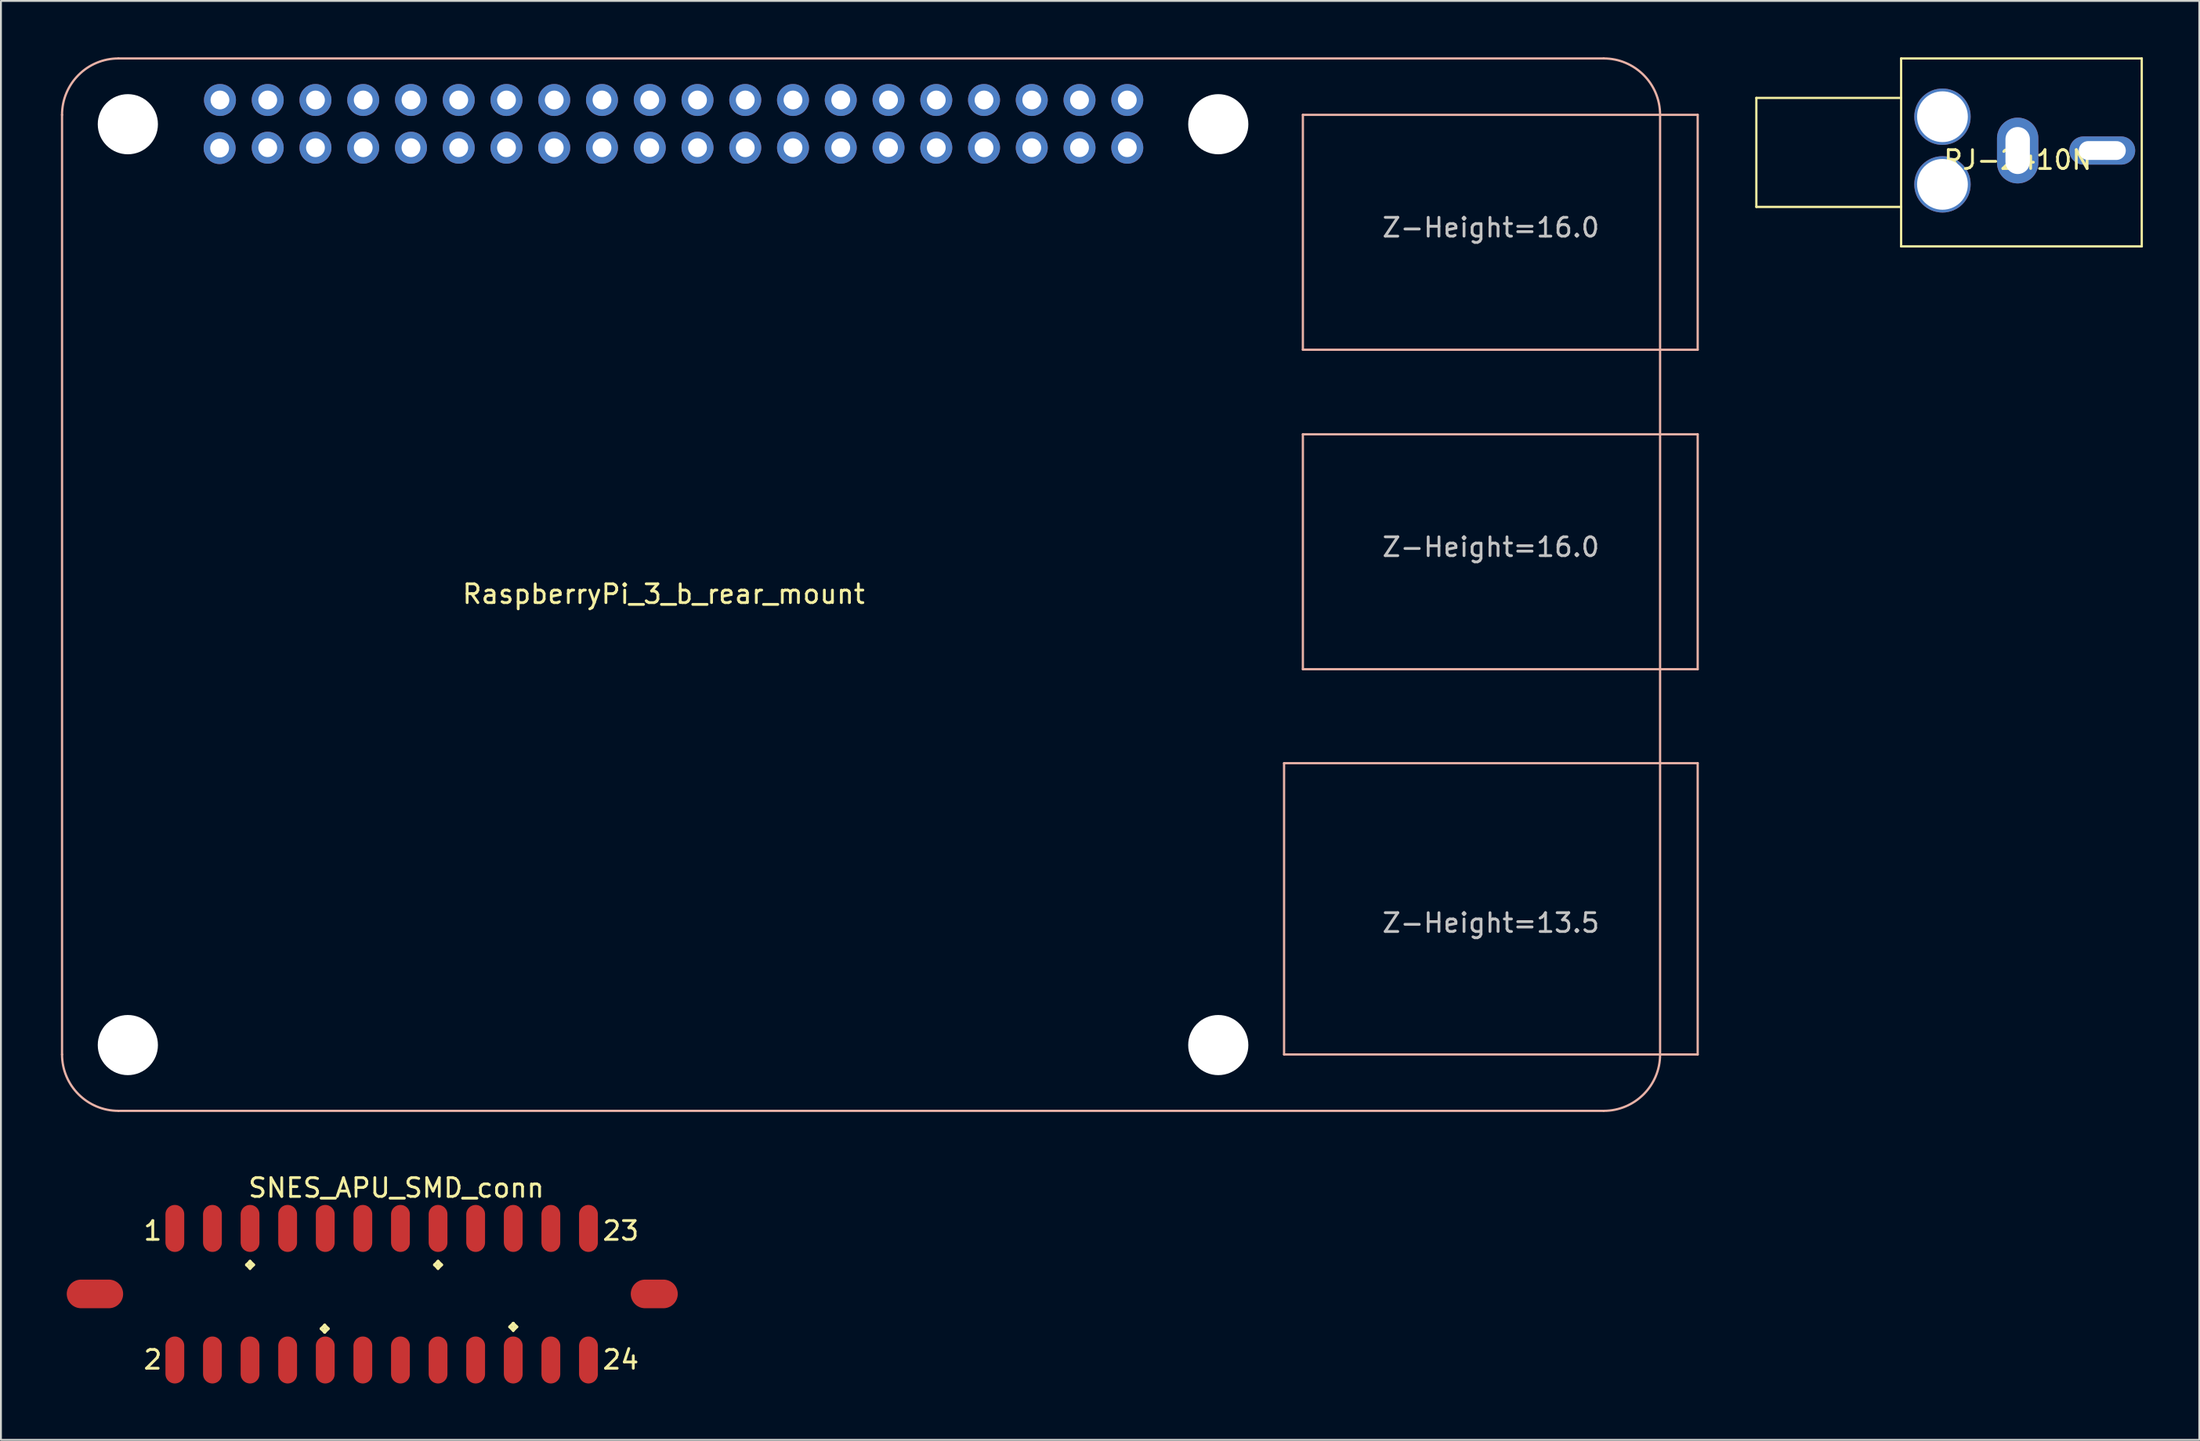
<source format=kicad_pcb>
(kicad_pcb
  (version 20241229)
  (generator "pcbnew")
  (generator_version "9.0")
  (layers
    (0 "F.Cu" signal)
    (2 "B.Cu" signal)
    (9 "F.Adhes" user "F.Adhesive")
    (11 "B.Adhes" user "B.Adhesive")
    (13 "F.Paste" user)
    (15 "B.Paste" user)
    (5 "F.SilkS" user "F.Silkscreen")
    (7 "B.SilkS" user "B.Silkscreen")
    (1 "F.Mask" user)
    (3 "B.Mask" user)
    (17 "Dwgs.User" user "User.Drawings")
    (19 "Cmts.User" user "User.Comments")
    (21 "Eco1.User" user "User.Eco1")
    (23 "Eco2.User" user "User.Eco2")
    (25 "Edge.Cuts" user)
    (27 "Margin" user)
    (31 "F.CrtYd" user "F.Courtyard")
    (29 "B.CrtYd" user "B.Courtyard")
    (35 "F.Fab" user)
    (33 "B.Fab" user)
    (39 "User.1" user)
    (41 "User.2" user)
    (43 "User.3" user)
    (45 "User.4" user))
  (footprint "RJ-2410N"
    (layer "F.Cu")
    (at 100.27 4.96)
    (property "Reference" "RJ-2410N" (at 4 0.5 0) (layer "F.SilkS") (effects (font (size 1 1) (thickness 0.15))))
    (attr through_hole)
    (fp_line (start -9.9 3) (end -9.9 -2.8) (stroke (width 0.12) (type solid)) (layer "F.SilkS"))
    (fp_line (start -2.2 -4.9) (end -2.2 5.1) (stroke (width 0.12) (type solid)) (layer "F.SilkS"))
    (fp_line (start -2.2 -4.9) (end 10.6 -4.9) (stroke (width 0.12) (type solid)) (layer "F.SilkS"))
    (fp_line (start -2.2 -2.8) (end -9.9 -2.8) (stroke (width 0.12) (type solid)) (layer "F.SilkS"))
    (fp_line (start -2.2 3) (end -9.9 3) (stroke (width 0.12) (type solid)) (layer "F.SilkS"))
    (fp_line (start 10.6 -4.9) (end 10.6 5.1) (stroke (width 0.12) (type solid)) (layer "F.SilkS"))
    (fp_line (start 10.6 5.1) (end -2.2 5.1) (stroke (width 0.12) (type solid)) (layer "F.SilkS"))
    (pad "" thru_hole circle (at 0 -1.8) (size 3 3) (drill 2.7) (layers "*.Cu" "*.Mask"))
    (pad "" thru_hole circle (at 0 1.8) (size 3 3) (drill 2.7) (layers "*.Cu" "*.Mask"))
    (pad "1" thru_hole oval (at 4 0) (size 2.2 3.5) (drill oval 1.3 2.5) (layers "*.Cu" "*.Mask"))
    (pad "2" thru_hole oval (at 8.5 0) (size 3.5 1.5) (drill oval 2.5 1) (layers "*.Cu" "*.Mask")))
  (footprint "RaspberryPi_3_b_rear_mount"
    (layer "F.Cu")
    (at 0.25 56.06)
    (property "Reference" "RaspberryPi_3_b_rear_mount" (at 32 -27.5 0) (layer "F.SilkS") (effects (font (size 1 1) (thickness 0.15))))
    (attr through_hole)
    (fp_line (start 0 -53) (end 0 -3) (stroke (width 0.12) (type solid)) (layer "B.SilkS"))
    (fp_line (start 3 -56) (end 82 -56) (stroke (width 0.12) (type solid)) (layer "B.SilkS"))
    (fp_line (start 65 -18.5) (end 65 -3) (stroke (width 0.12) (type solid)) (layer "B.SilkS"))
    (fp_line (start 65 -3) (end 87 -3) (stroke (width 0.12) (type solid)) (layer "B.SilkS"))
    (fp_line (start 66 -53) (end 87 -53) (stroke (width 0.12) (type solid)) (layer "B.SilkS"))
    (fp_line (start 66 -40.5) (end 66 -53) (stroke (width 0.12) (type solid)) (layer "B.SilkS"))
    (fp_line (start 66 -36) (end 87 -36) (stroke (width 0.12) (type solid)) (layer "B.SilkS"))
    (fp_line (start 66 -23.5) (end 66 -36) (stroke (width 0.12) (type solid)) (layer "B.SilkS"))
    (fp_line (start 82 0) (end 3 0) (stroke (width 0.12) (type solid)) (layer "B.SilkS"))
    (fp_line (start 85 -53) (end 85 -3) (stroke (width 0.12) (type solid)) (layer "B.SilkS"))
    (fp_line (start 87 -53) (end 87 -40.5) (stroke (width 0.12) (type solid)) (layer "B.SilkS"))
    (fp_line (start 87 -40.5) (end 66 -40.5) (stroke (width 0.12) (type solid)) (layer "B.SilkS"))
    (fp_line (start 87 -36) (end 87 -23.5) (stroke (width 0.12) (type solid)) (layer "B.SilkS"))
    (fp_line (start 87 -23.5) (end 66 -23.5) (stroke (width 0.12) (type solid)) (layer "B.SilkS"))
    (fp_line (start 87 -18.5) (end 65 -18.5) (stroke (width 0.12) (type solid)) (layer "B.SilkS"))
    (fp_line (start 87 -3) (end 87 -18.5) (stroke (width 0.12) (type solid)) (layer "B.SilkS"))
    (fp_arc (start 0 -53) (mid 0.87868 -55.12132) (end 3 -56) (stroke (width 0.12) (type solid)) (layer "B.SilkS"))
    (fp_arc (start 3 0) (mid 0.87868 -0.87868) (end 0 -3) (stroke (width 0.12) (type solid)) (layer "B.SilkS"))
    (fp_arc (start 82 -56) (mid 84.12132 -55.12132) (end 85 -53) (stroke (width 0.12) (type solid)) (layer "B.SilkS"))
    (fp_arc (start 85 -3) (mid 84.12132 -0.87868) (end 82 0) (stroke (width 0.12) (type solid)) (layer "B.SilkS"))
    (fp_text user "Z-Height=16.0" (at 76 -47 0) (layer "Dwgs.User") (effects (font (size 1 1) (thickness 0.15))))
    (fp_text user "Z-Height=16.0" (at 76 -30 0) (layer "Dwgs.User") (effects (font (size 1 1) (thickness 0.15))))
    (fp_text user "Z-Height=13.5" (at 76 -10 0) (layer "Dwgs.User") (effects (font (size 1 1) (thickness 0.15))))
    (pad "" np_thru_hole circle (at 3.5 -52.5) (size 3.2 3.2) (drill 3.2) (layers "*.Cu" "*.Mask"))
    (pad "" np_thru_hole circle (at 3.5 -3.5) (size 3.2 3.2) (drill 3.2) (layers "*.Cu" "*.Mask"))
    (pad "" np_thru_hole circle (at 61.5 -52.5) (size 3.2 3.2) (drill 3.2) (layers "*.Cu" "*.Mask"))
    (pad "" np_thru_hole circle (at 61.5 -3.5) (size 3.2 3.2) (drill 3.2) (layers "*.Cu" "*.Mask"))
    (pad "1" thru_hole circle (at 8.382 -51.23) (size 1.7 1.7) (drill 1) (layers "*.Cu" "*.Mask"))
    (pad "2" thru_hole circle (at 8.4 -53.79) (size 1.7 1.7) (drill 1) (layers "*.Cu" "*.Mask"))
    (pad "3" thru_hole circle (at 10.94 -51.25) (size 1.7 1.7) (drill 1) (layers "*.Cu" "*.Mask"))
    (pad "4" thru_hole circle (at 10.94 -53.79) (size 1.7 1.7) (drill 1) (layers "*.Cu" "*.Mask"))
    (pad "5" thru_hole circle (at 13.48 -51.25) (size 1.7 1.7) (drill 1) (layers "*.Cu" "*.Mask"))
    (pad "6" thru_hole circle (at 13.48 -53.79) (size 1.7 1.7) (drill 1) (layers "*.Cu" "*.Mask"))
    (pad "7" thru_hole circle (at 16.02 -51.25) (size 1.7 1.7) (drill 1) (layers "*.Cu" "*.Mask"))
    (pad "8" thru_hole circle (at 16.02 -53.79) (size 1.7 1.7) (drill 1) (layers "*.Cu" "*.Mask"))
    (pad "9" thru_hole circle (at 18.56 -51.25) (size 1.7 1.7) (drill 1) (layers "*.Cu" "*.Mask"))
    (pad "10" thru_hole circle (at 18.56 -53.79) (size 1.7 1.7) (drill 1) (layers "*.Cu" "*.Mask"))
    (pad "11" thru_hole circle (at 21.1 -51.25) (size 1.7 1.7) (drill 1) (layers "*.Cu" "*.Mask"))
    (pad "12" thru_hole circle (at 21.1 -53.79) (size 1.7 1.7) (drill 1) (layers "*.Cu" "*.Mask"))
    (pad "13" thru_hole circle (at 23.64 -51.25) (size 1.7 1.7) (drill 1) (layers "*.Cu" "*.Mask"))
    (pad "14" thru_hole circle (at 23.64 -53.79) (size 1.7 1.7) (drill 1) (layers "*.Cu" "*.Mask"))
    (pad "15" thru_hole circle (at 26.18 -51.25) (size 1.7 1.7) (drill 1) (layers "*.Cu" "*.Mask"))
    (pad "16" thru_hole circle (at 26.18 -53.79) (size 1.7 1.7) (drill 1) (layers "*.Cu" "*.Mask"))
    (pad "17" thru_hole circle (at 28.72 -51.25) (size 1.7 1.7) (drill 1) (layers "*.Cu" "*.Mask"))
    (pad "18" thru_hole circle (at 28.72 -53.79) (size 1.7 1.7) (drill 1) (layers "*.Cu" "*.Mask"))
    (pad "19" thru_hole circle (at 31.26 -51.25) (size 1.7 1.7) (drill 1) (layers "*.Cu" "*.Mask"))
    (pad "20" thru_hole circle (at 31.26 -53.79) (size 1.7 1.7) (drill 1) (layers "*.Cu" "*.Mask"))
    (pad "21" thru_hole circle (at 33.8 -51.25) (size 1.7 1.7) (drill 1) (layers "*.Cu" "*.Mask"))
    (pad "22" thru_hole circle (at 33.8 -53.79) (size 1.7 1.7) (drill 1) (layers "*.Cu" "*.Mask"))
    (pad "23" thru_hole circle (at 36.34 -51.25) (size 1.7 1.7) (drill 1) (layers "*.Cu" "*.Mask"))
    (pad "24" thru_hole circle (at 36.34 -53.79) (size 1.7 1.7) (drill 1) (layers "*.Cu" "*.Mask"))
    (pad "25" thru_hole circle (at 38.88 -51.25) (size 1.7 1.7) (drill 1) (layers "*.Cu" "*.Mask"))
    (pad "26" thru_hole circle (at 38.88 -53.79) (size 1.7 1.7) (drill 1) (layers "*.Cu" "*.Mask"))
    (pad "27" thru_hole circle (at 41.42 -51.25) (size 1.7 1.7) (drill 1) (layers "*.Cu" "*.Mask"))
    (pad "28" thru_hole circle (at 41.42 -53.79) (size 1.7 1.7) (drill 1) (layers "*.Cu" "*.Mask"))
    (pad "29" thru_hole circle (at 43.96 -51.25) (size 1.7 1.7) (drill 1) (layers "*.Cu" "*.Mask"))
    (pad "30" thru_hole circle (at 43.96 -53.79) (size 1.7 1.7) (drill 1) (layers "*.Cu" "*.Mask"))
    (pad "31" thru_hole circle (at 46.5 -51.25) (size 1.7 1.7) (drill 1) (layers "*.Cu" "*.Mask"))
    (pad "32" thru_hole circle (at 46.5 -53.79) (size 1.7 1.7) (drill 1) (layers "*.Cu" "*.Mask"))
    (pad "33" thru_hole circle (at 49.04 -51.25) (size 1.7 1.7) (drill 1) (layers "*.Cu" "*.Mask"))
    (pad "34" thru_hole circle (at 49.04 -53.79) (size 1.7 1.7) (drill 1) (layers "*.Cu" "*.Mask"))
    (pad "35" thru_hole circle (at 51.58 -51.25) (size 1.7 1.7) (drill 1) (layers "*.Cu" "*.Mask"))
    (pad "36" thru_hole circle (at 51.58 -53.79) (size 1.7 1.7) (drill 1) (layers "*.Cu" "*.Mask"))
    (pad "37" thru_hole circle (at 54.12 -51.25) (size 1.7 1.7) (drill 1) (layers "*.Cu" "*.Mask"))
    (pad "38" thru_hole circle (at 54.12 -53.79) (size 1.7 1.7) (drill 1) (layers "*.Cu" "*.Mask"))
    (pad "39" thru_hole circle (at 56.66 -51.25) (size 1.7 1.7) (drill 1) (layers "*.Cu" "*.Mask"))
    (pad "40" thru_hole circle (at 56.66 -53.79) (size 1.7 1.7) (drill 1) (layers "*.Cu" "*.Mask")))
  (footprint "SNES_APU_SMD_conn"
    (layer "F.Cu")
    (at 0.25 69.302)
    (property "Reference" "SNES_APU_SMD_conn" (at 17.78 -9.144 180) (layer "F.SilkS") (effects (font (size 1 1) (thickness 0.15))))
    (attr through_hole)
    (fp_text user "23" (at 29.718 -6.858 0) (layer "F.SilkS") (effects (font (size 1 1) (thickness 0.15))))
    (fp_text user "." (at 24 -3.4 0) (layer "F.SilkS") (effects (font (size 4 4) (thickness 0.15))))
    (fp_text user "1" (at 4.826 -6.858 0) (layer "F.SilkS") (effects (font (size 1 1) (thickness 0.15))))
    (fp_text user "2" (at 4.826 0 0) (layer "F.SilkS") (effects (font (size 1 1) (thickness 0.15))))
    (fp_text user "." (at 10 -6.7 0) (layer "F.SilkS") (effects (font (size 4 4) (thickness 0.15))))
    (fp_text user "." (at 20 -6.7 0) (layer "F.SilkS") (effects (font (size 4 4) (thickness 0.15))))
    (fp_text user "24" (at 29.718 0 0) (layer "F.SilkS") (effects (font (size 1 1) (thickness 0.15))))
    (fp_text user "." (at 13.97 -3.302 0) (layer "F.SilkS") (effects (font (size 4 4) (thickness 0.15))))
    (pad "1" smd oval (at 6 -6.985) (size 1 2.5) (layers "F.Cu" "F.Mask" "F.Paste"))
    (pad "2" smd oval (at 6 0.015) (size 1 2.5) (layers "F.Cu" "F.Mask" "F.Paste"))
    (pad "3" smd oval (at 8 -6.985) (size 1 2.5) (layers "F.Cu" "F.Mask" "F.Paste"))
    (pad "4" smd oval (at 8 0.015) (size 1 2.5) (layers "F.Cu" "F.Mask" "F.Paste"))
    (pad "5" smd oval (at 10 -6.985) (size 1 2.5) (layers "F.Cu" "F.Mask" "F.Paste"))
    (pad "6" smd oval (at 10 0.015) (size 1 2.5) (layers "F.Cu" "F.Mask" "F.Paste"))
    (pad "7" smd oval (at 12 -6.985) (size 1 2.5) (layers "F.Cu" "F.Mask" "F.Paste"))
    (pad "8" smd oval (at 12 0.015) (size 1 2.5) (layers "F.Cu" "F.Mask" "F.Paste"))
    (pad "9" smd oval (at 14 -6.985) (size 1 2.5) (layers "F.Cu" "F.Mask" "F.Paste"))
    (pad "10" smd oval (at 14 0.015) (size 1 2.5) (layers "F.Cu" "F.Mask" "F.Paste"))
    (pad "11" smd oval (at 16 -6.985) (size 1 2.5) (layers "F.Cu" "F.Mask" "F.Paste"))
    (pad "12" smd oval (at 16 0.015) (size 1 2.5) (layers "F.Cu" "F.Mask" "F.Paste"))
    (pad "13" smd oval (at 18 -6.985) (size 1 2.5) (layers "F.Cu" "F.Mask" "F.Paste"))
    (pad "14" smd oval (at 18 0.015) (size 1 2.5) (layers "F.Cu" "F.Mask" "F.Paste"))
    (pad "15" smd oval (at 20 -6.985) (size 1 2.5) (layers "F.Cu" "F.Mask" "F.Paste"))
    (pad "16" smd oval (at 20 0.015) (size 1 2.5) (layers "F.Cu" "F.Mask" "F.Paste"))
    (pad "17" smd oval (at 22 -6.985) (size 1 2.5) (layers "F.Cu" "F.Mask" "F.Paste"))
    (pad "18" smd oval (at 22 0.015) (size 1 2.5) (layers "F.Cu" "F.Mask" "F.Paste"))
    (pad "19" smd oval (at 24 -6.985) (size 1 2.5) (layers "F.Cu" "F.Mask" "F.Paste"))
    (pad "20" smd oval (at 24 0.015) (size 1 2.5) (layers "F.Cu" "F.Mask" "F.Paste"))
    (pad "21" smd oval (at 26 -6.985) (size 1 2.5) (layers "F.Cu" "F.Mask" "F.Paste"))
    (pad "22" smd oval (at 26 0.015) (size 1 2.5) (layers "F.Cu" "F.Mask" "F.Paste"))
    (pad "23" smd oval (at 28 -6.985) (size 1 2.5) (layers "F.Cu" "F.Mask" "F.Paste"))
    (pad "24" smd oval (at 28 0.015) (size 1 2.5) (layers "F.Cu" "F.Mask" "F.Paste"))
    (pad "25" smd oval (at 1.75 -3.5) (size 3 1.524) (layers "F.Cu" "F.Mask" "F.Paste"))
    (pad "25" smd oval (at 31.5 -3.5) (size 2.5 1.524) (layers "F.Cu" "F.Mask" "F.Paste")))
  (gr_rect
    (start -3 -3)
    (end 113.93 73.567)
    (stroke (width 0.1) (type default))
    (fill no)
    (layer "Edge.Cuts")))
</source>
